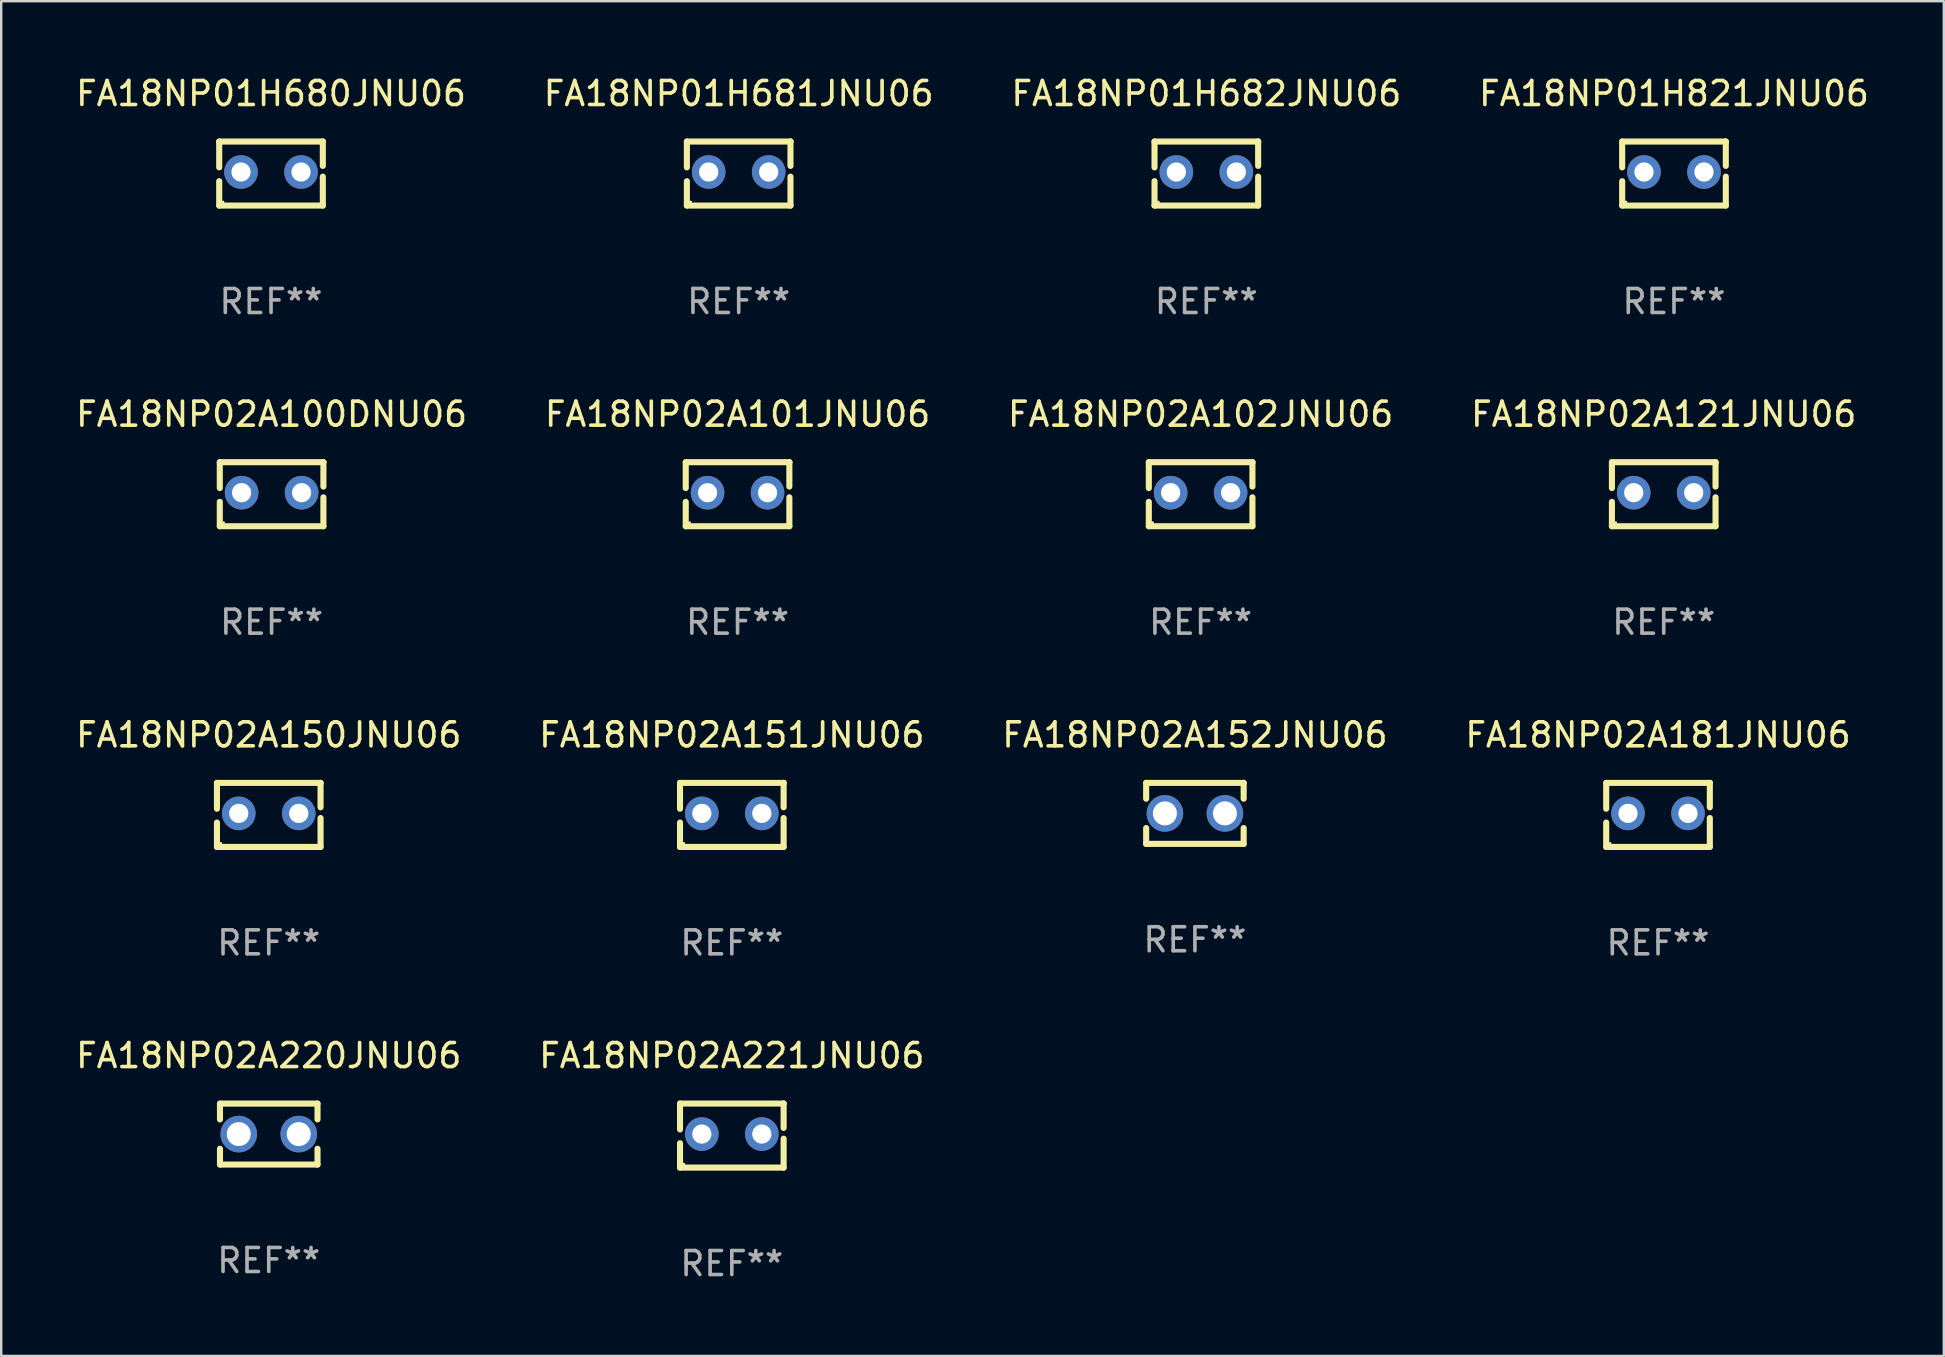
<source format=kicad_pcb>
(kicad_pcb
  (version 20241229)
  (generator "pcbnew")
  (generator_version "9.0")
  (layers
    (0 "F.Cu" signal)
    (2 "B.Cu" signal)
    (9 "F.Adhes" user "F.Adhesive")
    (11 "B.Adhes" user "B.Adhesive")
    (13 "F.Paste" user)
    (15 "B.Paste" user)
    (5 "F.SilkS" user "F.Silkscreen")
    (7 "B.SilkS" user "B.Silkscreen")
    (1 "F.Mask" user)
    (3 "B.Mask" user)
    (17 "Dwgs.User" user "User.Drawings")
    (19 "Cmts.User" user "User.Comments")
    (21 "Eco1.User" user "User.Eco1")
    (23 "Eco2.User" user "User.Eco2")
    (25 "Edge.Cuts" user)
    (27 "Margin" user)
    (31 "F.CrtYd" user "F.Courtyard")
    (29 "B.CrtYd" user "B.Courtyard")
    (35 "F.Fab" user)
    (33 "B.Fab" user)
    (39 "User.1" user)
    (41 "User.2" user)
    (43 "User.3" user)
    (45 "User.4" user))
  (footprint "FA18NP01H680JNU06"
    (layer "F.Cu")
    (at 8.244 4.182)
    (property "Reference" "FA18NP01H680JNU06" (at 0 -3.334 0) (layer "F.SilkS") (effects (font (size 1 1) (thickness 0.15))))
    (attr through_hole)
    (fp_line (start -2.159 -1.334) (end 2.159 -1.334) (stroke (width 0.254) (type solid)) (layer "F.SilkS"))
    (fp_line (start -2.159 -0.256) (end -2.159 -1.334) (stroke (width 0.254) (type solid)) (layer "F.SilkS"))
    (fp_line (start -2.159 1.334) (end -2.159 0.318) (stroke (width 0.254) (type solid)) (layer "F.SilkS"))
    (fp_line (start 2.159 -1.334) (end 2.159 -1.334) (stroke (width 0.254) (type solid)) (layer "F.SilkS"))
    (fp_line (start 2.159 -1.334) (end 2.159 -0.318) (stroke (width 0.254) (type solid)) (layer "F.SilkS"))
    (fp_line (start 2.159 0.129) (end 2.159 1.334) (stroke (width 0.254) (type solid)) (layer "F.SilkS"))
    (fp_line (start 2.159 1.334) (end -2.159 1.334) (stroke (width 0.254) (type solid)) (layer "F.SilkS"))
    (fp_circle (center -2 1.186) (end -1.97 1.186) (stroke (width 0.06) (type solid)) (fill no) (layer "F.SilkS"))
    (fp_text user "REF**" (at 0 5.334 0) (layer "F.Fab") (effects (font (size 1 1) (thickness 0.15))))
    (pad "1" thru_hole circle (at -1.25 -0.064) (size 1.4 1.4) (drill 0.8) (layers "*.Cu" "*.Mask"))
    (pad "2" thru_hole circle (at 1.25 -0.064) (size 1.4 1.4) (drill 0.8) (layers "*.Cu" "*.Mask")))
  (footprint "FA18NP01H681JNU06"
    (layer "F.Cu")
    (at 27.732 4.182)
    (property "Reference" "FA18NP01H681JNU06" (at 0 -3.334 0) (layer "F.SilkS") (effects (font (size 1 1) (thickness 0.15))))
    (attr through_hole)
    (fp_line (start -2.159 -1.334) (end 2.159 -1.334) (stroke (width 0.254) (type solid)) (layer "F.SilkS"))
    (fp_line (start -2.159 -0.256) (end -2.159 -1.334) (stroke (width 0.254) (type solid)) (layer "F.SilkS"))
    (fp_line (start -2.159 1.334) (end -2.159 0.318) (stroke (width 0.254) (type solid)) (layer "F.SilkS"))
    (fp_line (start 2.159 -1.334) (end 2.159 -1.334) (stroke (width 0.254) (type solid)) (layer "F.SilkS"))
    (fp_line (start 2.159 -1.334) (end 2.159 -0.318) (stroke (width 0.254) (type solid)) (layer "F.SilkS"))
    (fp_line (start 2.159 0.129) (end 2.159 1.334) (stroke (width 0.254) (type solid)) (layer "F.SilkS"))
    (fp_line (start 2.159 1.334) (end -2.159 1.334) (stroke (width 0.254) (type solid)) (layer "F.SilkS"))
    (fp_circle (center -2 1.186) (end -1.97 1.186) (stroke (width 0.06) (type solid)) (fill no) (layer "F.SilkS"))
    (fp_text user "REF**" (at 0 5.334 0) (layer "F.Fab") (effects (font (size 1 1) (thickness 0.15))))
    (pad "1" thru_hole circle (at -1.25 -0.064) (size 1.4 1.4) (drill 0.8) (layers "*.Cu" "*.Mask"))
    (pad "2" thru_hole circle (at 1.25 -0.064) (size 1.4 1.4) (drill 0.8) (layers "*.Cu" "*.Mask")))
  (footprint "FA18NP02A151JNU06"
    (layer "F.Cu")
    (at 27.446 30.909)
    (property "Reference" "FA18NP02A151JNU06" (at 0 -3.334 0) (layer "F.SilkS") (effects (font (size 1 1) (thickness 0.15))))
    (attr through_hole)
    (fp_line (start -2.159 -1.334) (end 2.159 -1.334) (stroke (width 0.254) (type solid)) (layer "F.SilkS"))
    (fp_line (start -2.159 -0.256) (end -2.159 -1.334) (stroke (width 0.254) (type solid)) (layer "F.SilkS"))
    (fp_line (start -2.159 1.334) (end -2.159 0.318) (stroke (width 0.254) (type solid)) (layer "F.SilkS"))
    (fp_line (start 2.159 -1.334) (end 2.159 -1.334) (stroke (width 0.254) (type solid)) (layer "F.SilkS"))
    (fp_line (start 2.159 -1.334) (end 2.159 -0.318) (stroke (width 0.254) (type solid)) (layer "F.SilkS"))
    (fp_line (start 2.159 0.129) (end 2.159 1.334) (stroke (width 0.254) (type solid)) (layer "F.SilkS"))
    (fp_line (start 2.159 1.334) (end -2.159 1.334) (stroke (width 0.254) (type solid)) (layer "F.SilkS"))
    (fp_circle (center -2 1.186) (end -1.97 1.186) (stroke (width 0.06) (type solid)) (fill no) (layer "F.SilkS"))
    (fp_text user "REF**" (at 0 5.334 0) (layer "F.Fab") (effects (font (size 1 1) (thickness 0.15))))
    (pad "1" thru_hole circle (at -1.25 -0.064) (size 1.4 1.4) (drill 0.8) (layers "*.Cu" "*.Mask"))
    (pad "2" thru_hole circle (at 1.25 -0.064) (size 1.4 1.4) (drill 0.8) (layers "*.Cu" "*.Mask")))
  (footprint "FA18NP02A101JNU06"
    (layer "F.Cu")
    (at 27.685 17.545)
    (property "Reference" "FA18NP02A101JNU06" (at 0 -3.334 0) (layer "F.SilkS") (effects (font (size 1 1) (thickness 0.15))))
    (attr through_hole)
    (fp_line (start -2.159 -1.334) (end 2.159 -1.334) (stroke (width 0.254) (type solid)) (layer "F.SilkS"))
    (fp_line (start -2.159 -0.256) (end -2.159 -1.334) (stroke (width 0.254) (type solid)) (layer "F.SilkS"))
    (fp_line (start -2.159 1.334) (end -2.159 0.318) (stroke (width 0.254) (type solid)) (layer "F.SilkS"))
    (fp_line (start 2.159 -1.334) (end 2.159 -1.334) (stroke (width 0.254) (type solid)) (layer "F.SilkS"))
    (fp_line (start 2.159 -1.334) (end 2.159 -0.318) (stroke (width 0.254) (type solid)) (layer "F.SilkS"))
    (fp_line (start 2.159 0.129) (end 2.159 1.334) (stroke (width 0.254) (type solid)) (layer "F.SilkS"))
    (fp_line (start 2.159 1.334) (end -2.159 1.334) (stroke (width 0.254) (type solid)) (layer "F.SilkS"))
    (fp_circle (center -2 1.186) (end -1.97 1.186) (stroke (width 0.06) (type solid)) (fill no) (layer "F.SilkS"))
    (fp_text user "REF**" (at 0 5.334 0) (layer "F.Fab") (effects (font (size 1 1) (thickness 0.15))))
    (pad "1" thru_hole circle (at -1.25 -0.064) (size 1.4 1.4) (drill 0.8) (layers "*.Cu" "*.Mask"))
    (pad "2" thru_hole circle (at 1.25 -0.064) (size 1.4 1.4) (drill 0.8) (layers "*.Cu" "*.Mask")))
  (footprint "FA18NP02A152JNU06"
    (layer "F.Cu")
    (at 46.744 30.845)
    (property "Reference" "FA18NP02A152JNU06" (at 0 -3.27 0) (layer "F.SilkS") (effects (font (size 1 1) (thickness 0.15))))
    (attr through_hole)
    (fp_line (start -2.032 -1.27) (end -2.032 -0.611) (stroke (width 0.254) (type solid)) (layer "F.SilkS"))
    (fp_line (start -2.032 0.611) (end -2.032 1.27) (stroke (width 0.254) (type solid)) (layer "F.SilkS"))
    (fp_line (start -2.032 1.27) (end 2.032 1.27) (stroke (width 0.254) (type solid)) (layer "F.SilkS"))
    (fp_line (start 2.032 -1.27) (end -2.032 -1.27) (stroke (width 0.254) (type solid)) (layer "F.SilkS"))
    (fp_line (start 2.032 -0.611) (end 2.032 -1.27) (stroke (width 0.254) (type solid)) (layer "F.SilkS"))
    (fp_line (start 2.032 1.27) (end 2.032 0.611) (stroke (width 0.254) (type solid)) (layer "F.SilkS"))
    (fp_circle (center -2 1.25) (end -1.97 1.25) (stroke (width 0.06) (type solid)) (fill no) (layer "F.SilkS"))
    (fp_text user "REF**" (at 0 5.27 0) (layer "F.Fab") (effects (font (size 1 1) (thickness 0.15))))
    (pad "1" thru_hole circle (at -1.25 0) (size 1.524 1.524) (drill 1) (layers "*.Cu" "*.Mask"))
    (pad "2" thru_hole circle (at 1.25 0) (size 1.524 1.524) (drill 1) (layers "*.Cu" "*.Mask")))
  (footprint "FA18NP02A220JNU06"
    (layer "F.Cu")
    (at 8.149 44.209)
    (property "Reference" "FA18NP02A220JNU06" (at 0 -3.27 0) (layer "F.SilkS") (effects (font (size 1 1) (thickness 0.15))))
    (attr through_hole)
    (fp_line (start -2.032 -1.27) (end -2.032 -0.611) (stroke (width 0.254) (type solid)) (layer "F.SilkS"))
    (fp_line (start -2.032 0.611) (end -2.032 1.27) (stroke (width 0.254) (type solid)) (layer "F.SilkS"))
    (fp_line (start -2.032 1.27) (end 2.032 1.27) (stroke (width 0.254) (type solid)) (layer "F.SilkS"))
    (fp_line (start 2.032 -1.27) (end -2.032 -1.27) (stroke (width 0.254) (type solid)) (layer "F.SilkS"))
    (fp_line (start 2.032 -0.611) (end 2.032 -1.27) (stroke (width 0.254) (type solid)) (layer "F.SilkS"))
    (fp_line (start 2.032 1.27) (end 2.032 0.611) (stroke (width 0.254) (type solid)) (layer "F.SilkS"))
    (fp_circle (center -2 1.25) (end -1.97 1.25) (stroke (width 0.06) (type solid)) (fill no) (layer "F.SilkS"))
    (fp_text user "REF**" (at 0 5.27 0) (layer "F.Fab") (effects (font (size 1 1) (thickness 0.15))))
    (pad "1" thru_hole circle (at -1.25 0) (size 1.524 1.524) (drill 1) (layers "*.Cu" "*.Mask"))
    (pad "2" thru_hole circle (at 1.25 0) (size 1.524 1.524) (drill 1) (layers "*.Cu" "*.Mask")))
  (footprint "FA18NP02A100DNU06"
    (layer "F.Cu")
    (at 8.268 17.545)
    (property "Reference" "FA18NP02A100DNU06" (at 0 -3.334 0) (layer "F.SilkS") (effects (font (size 1 1) (thickness 0.15))))
    (attr through_hole)
    (fp_line (start -2.159 -1.334) (end 2.159 -1.334) (stroke (width 0.254) (type solid)) (layer "F.SilkS"))
    (fp_line (start -2.159 -0.256) (end -2.159 -1.334) (stroke (width 0.254) (type solid)) (layer "F.SilkS"))
    (fp_line (start -2.159 1.334) (end -2.159 0.318) (stroke (width 0.254) (type solid)) (layer "F.SilkS"))
    (fp_line (start 2.159 -1.334) (end 2.159 -1.334) (stroke (width 0.254) (type solid)) (layer "F.SilkS"))
    (fp_line (start 2.159 -1.334) (end 2.159 -0.318) (stroke (width 0.254) (type solid)) (layer "F.SilkS"))
    (fp_line (start 2.159 0.129) (end 2.159 1.334) (stroke (width 0.254) (type solid)) (layer "F.SilkS"))
    (fp_line (start 2.159 1.334) (end -2.159 1.334) (stroke (width 0.254) (type solid)) (layer "F.SilkS"))
    (fp_circle (center -2 1.186) (end -1.97 1.186) (stroke (width 0.06) (type solid)) (fill no) (layer "F.SilkS"))
    (fp_text user "REF**" (at 0 5.334 0) (layer "F.Fab") (effects (font (size 1 1) (thickness 0.15))))
    (pad "1" thru_hole circle (at -1.25 -0.064) (size 1.4 1.4) (drill 0.8) (layers "*.Cu" "*.Mask"))
    (pad "2" thru_hole circle (at 1.25 -0.064) (size 1.4 1.4) (drill 0.8) (layers "*.Cu" "*.Mask")))
  (footprint "FA18NP02A102JNU06"
    (layer "F.Cu")
    (at 46.982 17.545)
    (property "Reference" "FA18NP02A102JNU06" (at 0 -3.334 0) (layer "F.SilkS") (effects (font (size 1 1) (thickness 0.15))))
    (attr through_hole)
    (fp_line (start -2.159 -1.334) (end 2.159 -1.334) (stroke (width 0.254) (type solid)) (layer "F.SilkS"))
    (fp_line (start -2.159 -0.256) (end -2.159 -1.334) (stroke (width 0.254) (type solid)) (layer "F.SilkS"))
    (fp_line (start -2.159 1.334) (end -2.159 0.318) (stroke (width 0.254) (type solid)) (layer "F.SilkS"))
    (fp_line (start 2.159 -1.334) (end 2.159 -1.334) (stroke (width 0.254) (type solid)) (layer "F.SilkS"))
    (fp_line (start 2.159 -1.334) (end 2.159 -0.318) (stroke (width 0.254) (type solid)) (layer "F.SilkS"))
    (fp_line (start 2.159 0.129) (end 2.159 1.334) (stroke (width 0.254) (type solid)) (layer "F.SilkS"))
    (fp_line (start 2.159 1.334) (end -2.159 1.334) (stroke (width 0.254) (type solid)) (layer "F.SilkS"))
    (fp_circle (center -2 1.186) (end -1.97 1.186) (stroke (width 0.06) (type solid)) (fill no) (layer "F.SilkS"))
    (fp_text user "REF**" (at 0 5.334 0) (layer "F.Fab") (effects (font (size 1 1) (thickness 0.15))))
    (pad "1" thru_hole circle (at -1.25 -0.064) (size 1.4 1.4) (drill 0.8) (layers "*.Cu" "*.Mask"))
    (pad "2" thru_hole circle (at 1.25 -0.064) (size 1.4 1.4) (drill 0.8) (layers "*.Cu" "*.Mask")))
  (footprint "FA18NP02A150JNU06"
    (layer "F.Cu")
    (at 8.149 30.909)
    (property "Reference" "FA18NP02A150JNU06" (at 0 -3.334 0) (layer "F.SilkS") (effects (font (size 1 1) (thickness 0.15))))
    (attr through_hole)
    (fp_line (start -2.159 -1.334) (end 2.159 -1.334) (stroke (width 0.254) (type solid)) (layer "F.SilkS"))
    (fp_line (start -2.159 -0.256) (end -2.159 -1.334) (stroke (width 0.254) (type solid)) (layer "F.SilkS"))
    (fp_line (start -2.159 1.334) (end -2.159 0.318) (stroke (width 0.254) (type solid)) (layer "F.SilkS"))
    (fp_line (start 2.159 -1.334) (end 2.159 -1.334) (stroke (width 0.254) (type solid)) (layer "F.SilkS"))
    (fp_line (start 2.159 -1.334) (end 2.159 -0.318) (stroke (width 0.254) (type solid)) (layer "F.SilkS"))
    (fp_line (start 2.159 0.129) (end 2.159 1.334) (stroke (width 0.254) (type solid)) (layer "F.SilkS"))
    (fp_line (start 2.159 1.334) (end -2.159 1.334) (stroke (width 0.254) (type solid)) (layer "F.SilkS"))
    (fp_circle (center -2 1.186) (end -1.97 1.186) (stroke (width 0.06) (type solid)) (fill no) (layer "F.SilkS"))
    (fp_text user "REF**" (at 0 5.334 0) (layer "F.Fab") (effects (font (size 1 1) (thickness 0.15))))
    (pad "1" thru_hole circle (at -1.25 -0.064) (size 1.4 1.4) (drill 0.8) (layers "*.Cu" "*.Mask"))
    (pad "2" thru_hole circle (at 1.25 -0.064) (size 1.4 1.4) (drill 0.8) (layers "*.Cu" "*.Mask")))
  (footprint "FA18NP01H682JNU06"
    (layer "F.Cu")
    (at 47.22 4.182)
    (property "Reference" "FA18NP01H682JNU06" (at 0 -3.334 0) (layer "F.SilkS") (effects (font (size 1 1) (thickness 0.15))))
    (attr through_hole)
    (fp_line (start -2.159 -1.334) (end 2.159 -1.334) (stroke (width 0.254) (type solid)) (layer "F.SilkS"))
    (fp_line (start -2.159 -0.256) (end -2.159 -1.334) (stroke (width 0.254) (type solid)) (layer "F.SilkS"))
    (fp_line (start -2.159 1.334) (end -2.159 0.318) (stroke (width 0.254) (type solid)) (layer "F.SilkS"))
    (fp_line (start 2.159 -1.334) (end 2.159 -1.334) (stroke (width 0.254) (type solid)) (layer "F.SilkS"))
    (fp_line (start 2.159 -1.334) (end 2.159 -0.318) (stroke (width 0.254) (type solid)) (layer "F.SilkS"))
    (fp_line (start 2.159 0.129) (end 2.159 1.334) (stroke (width 0.254) (type solid)) (layer "F.SilkS"))
    (fp_line (start 2.159 1.334) (end -2.159 1.334) (stroke (width 0.254) (type solid)) (layer "F.SilkS"))
    (fp_circle (center -2 1.186) (end -1.97 1.186) (stroke (width 0.06) (type solid)) (fill no) (layer "F.SilkS"))
    (fp_text user "REF**" (at 0 5.334 0) (layer "F.Fab") (effects (font (size 1 1) (thickness 0.15))))
    (pad "1" thru_hole circle (at -1.25 -0.064) (size 1.4 1.4) (drill 0.8) (layers "*.Cu" "*.Mask"))
    (pad "2" thru_hole circle (at 1.25 -0.064) (size 1.4 1.4) (drill 0.8) (layers "*.Cu" "*.Mask")))
  (footprint "FA18NP01H821JNU06"
    (layer "F.Cu")
    (at 66.708 4.182)
    (property "Reference" "FA18NP01H821JNU06" (at 0 -3.334 0) (layer "F.SilkS") (effects (font (size 1 1) (thickness 0.15))))
    (attr through_hole)
    (fp_line (start -2.159 -1.334) (end 2.159 -1.334) (stroke (width 0.254) (type solid)) (layer "F.SilkS"))
    (fp_line (start -2.159 -0.256) (end -2.159 -1.334) (stroke (width 0.254) (type solid)) (layer "F.SilkS"))
    (fp_line (start -2.159 1.334) (end -2.159 0.318) (stroke (width 0.254) (type solid)) (layer "F.SilkS"))
    (fp_line (start 2.159 -1.334) (end 2.159 -1.334) (stroke (width 0.254) (type solid)) (layer "F.SilkS"))
    (fp_line (start 2.159 -1.334) (end 2.159 -0.318) (stroke (width 0.254) (type solid)) (layer "F.SilkS"))
    (fp_line (start 2.159 0.129) (end 2.159 1.334) (stroke (width 0.254) (type solid)) (layer "F.SilkS"))
    (fp_line (start 2.159 1.334) (end -2.159 1.334) (stroke (width 0.254) (type solid)) (layer "F.SilkS"))
    (fp_circle (center -2 1.186) (end -1.97 1.186) (stroke (width 0.06) (type solid)) (fill no) (layer "F.SilkS"))
    (fp_text user "REF**" (at 0 5.334 0) (layer "F.Fab") (effects (font (size 1 1) (thickness 0.15))))
    (pad "1" thru_hole circle (at -1.25 -0.064) (size 1.4 1.4) (drill 0.8) (layers "*.Cu" "*.Mask"))
    (pad "2" thru_hole circle (at 1.25 -0.064) (size 1.4 1.4) (drill 0.8) (layers "*.Cu" "*.Mask")))
  (footprint "FA18NP02A181JNU06"
    (layer "F.Cu")
    (at 66.042 30.909)
    (property "Reference" "FA18NP02A181JNU06" (at 0 -3.334 0) (layer "F.SilkS") (effects (font (size 1 1) (thickness 0.15))))
    (attr through_hole)
    (fp_line (start -2.159 -1.334) (end 2.159 -1.334) (stroke (width 0.254) (type solid)) (layer "F.SilkS"))
    (fp_line (start -2.159 -0.256) (end -2.159 -1.334) (stroke (width 0.254) (type solid)) (layer "F.SilkS"))
    (fp_line (start -2.159 1.334) (end -2.159 0.318) (stroke (width 0.254) (type solid)) (layer "F.SilkS"))
    (fp_line (start 2.159 -1.334) (end 2.159 -1.334) (stroke (width 0.254) (type solid)) (layer "F.SilkS"))
    (fp_line (start 2.159 -1.334) (end 2.159 -0.318) (stroke (width 0.254) (type solid)) (layer "F.SilkS"))
    (fp_line (start 2.159 0.129) (end 2.159 1.334) (stroke (width 0.254) (type solid)) (layer "F.SilkS"))
    (fp_line (start 2.159 1.334) (end -2.159 1.334) (stroke (width 0.254) (type solid)) (layer "F.SilkS"))
    (fp_circle (center -2 1.186) (end -1.97 1.186) (stroke (width 0.06) (type solid)) (fill no) (layer "F.SilkS"))
    (fp_text user "REF**" (at 0 5.334 0) (layer "F.Fab") (effects (font (size 1 1) (thickness 0.15))))
    (pad "1" thru_hole circle (at -1.25 -0.064) (size 1.4 1.4) (drill 0.8) (layers "*.Cu" "*.Mask"))
    (pad "2" thru_hole circle (at 1.25 -0.064) (size 1.4 1.4) (drill 0.8) (layers "*.Cu" "*.Mask")))
  (footprint "FA18NP02A221JNU06"
    (layer "F.Cu")
    (at 27.446 44.272)
    (property "Reference" "FA18NP02A221JNU06" (at 0 -3.334 0) (layer "F.SilkS") (effects (font (size 1 1) (thickness 0.15))))
    (attr through_hole)
    (fp_line (start -2.159 -1.334) (end 2.159 -1.334) (stroke (width 0.254) (type solid)) (layer "F.SilkS"))
    (fp_line (start -2.159 -0.256) (end -2.159 -1.334) (stroke (width 0.254) (type solid)) (layer "F.SilkS"))
    (fp_line (start -2.159 1.334) (end -2.159 0.318) (stroke (width 0.254) (type solid)) (layer "F.SilkS"))
    (fp_line (start 2.159 -1.334) (end 2.159 -1.334) (stroke (width 0.254) (type solid)) (layer "F.SilkS"))
    (fp_line (start 2.159 -1.334) (end 2.159 -0.318) (stroke (width 0.254) (type solid)) (layer "F.SilkS"))
    (fp_line (start 2.159 0.129) (end 2.159 1.334) (stroke (width 0.254) (type solid)) (layer "F.SilkS"))
    (fp_line (start 2.159 1.334) (end -2.159 1.334) (stroke (width 0.254) (type solid)) (layer "F.SilkS"))
    (fp_circle (center -2 1.186) (end -1.97 1.186) (stroke (width 0.06) (type solid)) (fill no) (layer "F.SilkS"))
    (fp_text user "REF**" (at 0 5.334 0) (layer "F.Fab") (effects (font (size 1 1) (thickness 0.15))))
    (pad "1" thru_hole circle (at -1.25 -0.064) (size 1.4 1.4) (drill 0.8) (layers "*.Cu" "*.Mask"))
    (pad "2" thru_hole circle (at 1.25 -0.064) (size 1.4 1.4) (drill 0.8) (layers "*.Cu" "*.Mask")))
  (footprint "FA18NP02A121JNU06"
    (layer "F.Cu")
    (at 66.28 17.545)
    (property "Reference" "FA18NP02A121JNU06" (at 0 -3.334 0) (layer "F.SilkS") (effects (font (size 1 1) (thickness 0.15))))
    (attr through_hole)
    (fp_line (start -2.159 -1.334) (end 2.159 -1.334) (stroke (width 0.254) (type solid)) (layer "F.SilkS"))
    (fp_line (start -2.159 -0.256) (end -2.159 -1.334) (stroke (width 0.254) (type solid)) (layer "F.SilkS"))
    (fp_line (start -2.159 1.334) (end -2.159 0.318) (stroke (width 0.254) (type solid)) (layer "F.SilkS"))
    (fp_line (start 2.159 -1.334) (end 2.159 -1.334) (stroke (width 0.254) (type solid)) (layer "F.SilkS"))
    (fp_line (start 2.159 -1.334) (end 2.159 -0.318) (stroke (width 0.254) (type solid)) (layer "F.SilkS"))
    (fp_line (start 2.159 0.129) (end 2.159 1.334) (stroke (width 0.254) (type solid)) (layer "F.SilkS"))
    (fp_line (start 2.159 1.334) (end -2.159 1.334) (stroke (width 0.254) (type solid)) (layer "F.SilkS"))
    (fp_circle (center -2 1.186) (end -1.97 1.186) (stroke (width 0.06) (type solid)) (fill no) (layer "F.SilkS"))
    (fp_text user "REF**" (at 0 5.334 0) (layer "F.Fab") (effects (font (size 1 1) (thickness 0.15))))
    (pad "1" thru_hole circle (at -1.25 -0.064) (size 1.4 1.4) (drill 0.8) (layers "*.Cu" "*.Mask"))
    (pad "2" thru_hole circle (at 1.25 -0.064) (size 1.4 1.4) (drill 0.8) (layers "*.Cu" "*.Mask")))
  (gr_rect
    (start -3 -3)
    (end 77.952 53.454)
    (stroke (width 0.1) (type default))
    (fill no)
    (layer "Edge.Cuts")))
</source>
